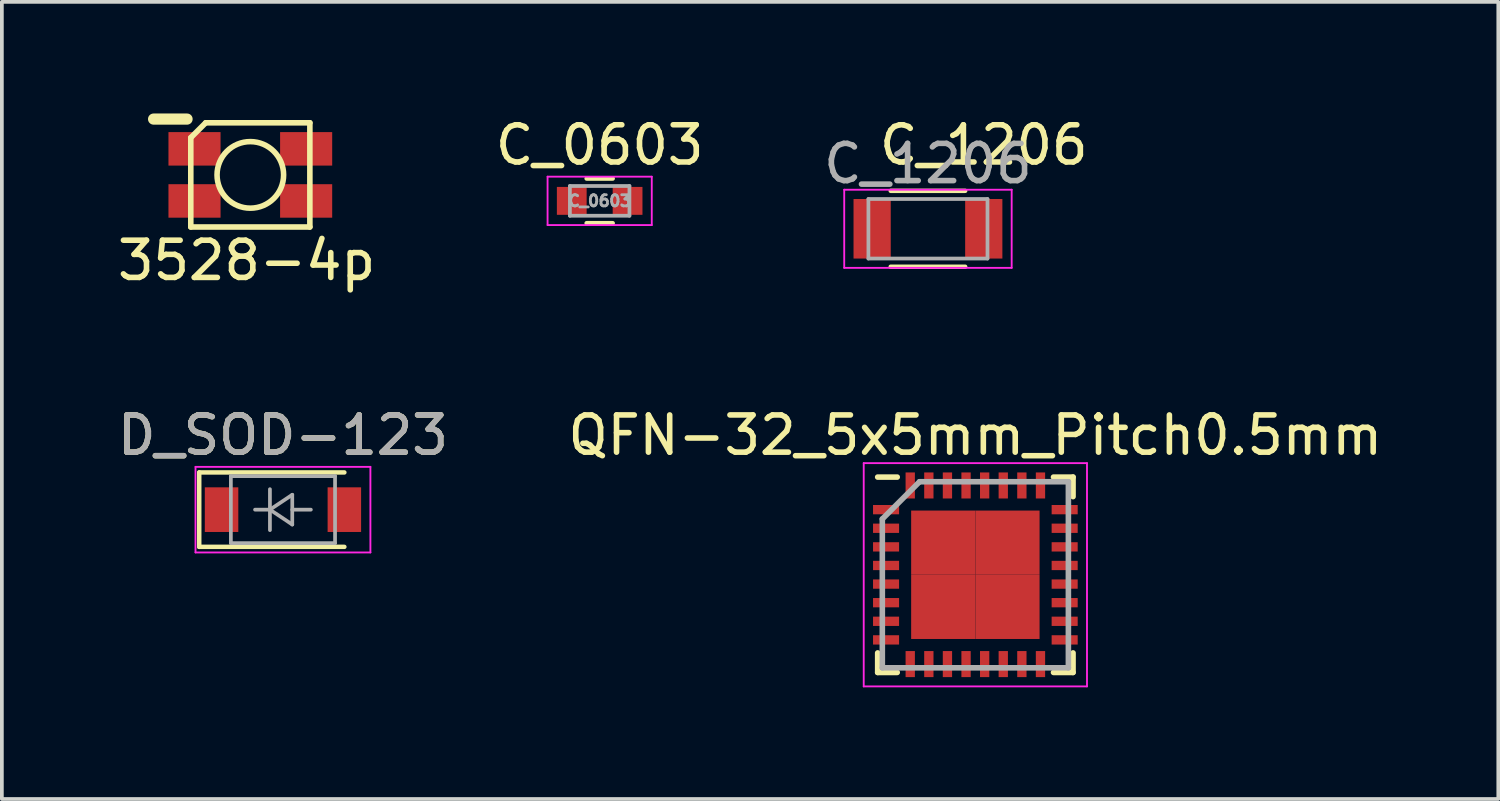
<source format=kicad_pcb>
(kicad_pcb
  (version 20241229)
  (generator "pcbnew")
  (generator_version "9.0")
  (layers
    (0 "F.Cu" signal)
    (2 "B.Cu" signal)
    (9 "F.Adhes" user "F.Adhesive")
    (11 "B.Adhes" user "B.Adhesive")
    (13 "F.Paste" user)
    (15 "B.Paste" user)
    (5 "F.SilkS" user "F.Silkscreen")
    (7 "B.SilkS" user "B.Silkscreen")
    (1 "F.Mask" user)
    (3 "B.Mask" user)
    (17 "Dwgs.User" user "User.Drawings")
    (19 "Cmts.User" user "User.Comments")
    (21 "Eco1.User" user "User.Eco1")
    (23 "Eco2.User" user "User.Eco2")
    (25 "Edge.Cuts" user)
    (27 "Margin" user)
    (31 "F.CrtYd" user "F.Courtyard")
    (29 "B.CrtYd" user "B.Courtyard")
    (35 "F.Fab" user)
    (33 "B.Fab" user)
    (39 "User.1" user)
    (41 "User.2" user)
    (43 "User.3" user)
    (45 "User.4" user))
  (footprint "3528-4p"
    (layer "F.Cu")
    (at 3.677 1.65)
    (property "Reference" "3528-4p" (at -0.1 2.3 0) (layer "F.SilkS") (effects (font (size 1 1) (thickness 0.15))))
    (attr smd)
    (fp_line (start -2.6 -1.5) (end -1.7 -1.5) (stroke (width 0.3) (type solid)) (layer "F.SilkS"))
    (fp_line (start -1.6 1.4) (end -1.6 -1) (stroke (width 0.15) (type solid)) (layer "F.SilkS"))
    (fp_line (start -1.2 -1.4) (end -1.6 -1) (stroke (width 0.15) (type solid)) (layer "F.SilkS"))
    (fp_line (start 1.6 -1.4) (end -1.2 -1.4) (stroke (width 0.15) (type solid)) (layer "F.SilkS"))
    (fp_line (start 1.6 -1.4) (end 1.6 1.4) (stroke (width 0.15) (type solid)) (layer "F.SilkS"))
    (fp_line (start 1.6 1.4) (end -1.6 1.4) (stroke (width 0.15) (type solid)) (layer "F.SilkS"))
    (fp_circle (center 0 0) (end 0.4 0.8) (stroke (width 0.15) (type solid)) (fill no) (layer "F.SilkS"))
    (pad "1" smd rect (at 1.5 -0.7) (size 1.4 0.9) (layers "F.Cu" "F.Mask" "F.Paste"))
    (pad "4" smd rect (at 1.5 0.7) (size 1.4 0.9) (layers "F.Cu" "F.Mask" "F.Paste"))
    (pad "5" smd rect (at -1.5 -0.7) (size 1.4 0.9) (layers "F.Cu" "F.Mask" "F.Paste"))
    (pad "6" smd rect (at -1.5 0.7) (size 1.4 0.9) (layers "F.Cu" "F.Mask" "F.Paste")))
  (footprint "C_1206"
    (layer "F.Cu")
    (at 21.887 3.098)
    (property "Reference" "C_1206" (at 1.5 -2.25 0) (layer "F.SilkS") (effects (font (size 1 1) (thickness 0.15))))
    (attr smd)
    (fp_line (start -1 1.02) (end 1 1.02) (stroke (width 0.12) (type solid)) (layer "F.SilkS"))
    (fp_line (start 1 -1.02) (end -1 -1.02) (stroke (width 0.12) (type solid)) (layer "F.SilkS"))
    (fp_line (start -2.25 -1.05) (end -2.25 1.05) (stroke (width 0.05) (type solid)) (layer "F.CrtYd"))
    (fp_line (start -2.25 -1.05) (end 2.25 -1.05) (stroke (width 0.05) (type solid)) (layer "F.CrtYd"))
    (fp_line (start 2.25 1.05) (end -2.25 1.05) (stroke (width 0.05) (type solid)) (layer "F.CrtYd"))
    (fp_line (start 2.25 1.05) (end 2.25 -1.05) (stroke (width 0.05) (type solid)) (layer "F.CrtYd"))
    (fp_line (start -1.6 -0.8) (end 1.6 -0.8) (stroke (width 0.1) (type solid)) (layer "F.Fab"))
    (fp_line (start -1.6 0.8) (end -1.6 -0.8) (stroke (width 0.1) (type solid)) (layer "F.Fab"))
    (fp_line (start 1.6 -0.8) (end 1.6 0.8) (stroke (width 0.1) (type solid)) (layer "F.Fab"))
    (fp_line (start 1.6 0.8) (end -1.6 0.8) (stroke (width 0.1) (type solid)) (layer "F.Fab"))
    (fp_text user "${REFERENCE}" (at 0 -1.75 0) (layer "F.Fab") (effects (font (size 1 1) (thickness 0.15))))
    (pad "1" smd rect (at -1.5 0) (size 1 1.6) (layers "F.Cu" "F.Mask" "F.Paste"))
    (pad "2" smd rect (at 1.5 0) (size 1 1.6) (layers "F.Cu" "F.Mask" "F.Paste")))
  (footprint "D_SOD-123"
    (layer "F.Cu")
    (at 4.554 10.646)
    (property "Reference" "D_SOD-123" (at 0 -2 0) (layer "F.SilkS") (effects (font (size 1 1) (thickness 0.15))))
    (attr smd)
    (fp_line (start -2.25 -1) (end -2.25 1) (stroke (width 0.12) (type solid)) (layer "F.SilkS"))
    (fp_line (start -2.25 -1) (end 1.65 -1) (stroke (width 0.12) (type solid)) (layer "F.SilkS"))
    (fp_line (start -2.25 1) (end 1.65 1) (stroke (width 0.12) (type solid)) (layer "F.SilkS"))
    (fp_line (start -2.35 -1.15) (end -2.35 1.15) (stroke (width 0.05) (type solid)) (layer "F.CrtYd"))
    (fp_line (start -2.35 -1.15) (end 2.35 -1.15) (stroke (width 0.05) (type solid)) (layer "F.CrtYd"))
    (fp_line (start 2.35 -1.15) (end 2.35 1.15) (stroke (width 0.05) (type solid)) (layer "F.CrtYd"))
    (fp_line (start 2.35 1.15) (end -2.35 1.15) (stroke (width 0.05) (type solid)) (layer "F.CrtYd"))
    (fp_line (start -1.4 -0.9) (end 1.4 -0.9) (stroke (width 0.1) (type solid)) (layer "F.Fab"))
    (fp_line (start -1.4 0.9) (end -1.4 -0.9) (stroke (width 0.1) (type solid)) (layer "F.Fab"))
    (fp_line (start -0.75 0) (end -0.35 0) (stroke (width 0.1) (type solid)) (layer "F.Fab"))
    (fp_line (start -0.35 0) (end -0.35 -0.55) (stroke (width 0.1) (type solid)) (layer "F.Fab"))
    (fp_line (start -0.35 0) (end -0.35 0.55) (stroke (width 0.1) (type solid)) (layer "F.Fab"))
    (fp_line (start -0.35 0) (end 0.25 -0.4) (stroke (width 0.1) (type solid)) (layer "F.Fab"))
    (fp_line (start 0.25 -0.4) (end 0.25 0.4) (stroke (width 0.1) (type solid)) (layer "F.Fab"))
    (fp_line (start 0.25 0) (end 0.75 0) (stroke (width 0.1) (type solid)) (layer "F.Fab"))
    (fp_line (start 0.25 0.4) (end -0.35 0) (stroke (width 0.1) (type solid)) (layer "F.Fab"))
    (fp_line (start 1.4 -0.9) (end 1.4 0.9) (stroke (width 0.1) (type solid)) (layer "F.Fab"))
    (fp_line (start 1.4 0.9) (end -1.4 0.9) (stroke (width 0.1) (type solid)) (layer "F.Fab"))
    (fp_text user "${REFERENCE}" (at 0 -2 0) (layer "F.Fab") (effects (font (size 1 1) (thickness 0.15))))
    (pad "1" smd rect (at -1.65 0) (size 0.9 1.2) (layers "F.Cu" "F.Mask" "F.Paste"))
    (pad "2" smd rect (at 1.65 0) (size 0.9 1.2) (layers "F.Cu" "F.Mask" "F.Paste")))
  (footprint "C_0603"
    (layer "F.Cu")
    (at 13.065 2.348)
    (property "Reference" "C_0603" (at 0 -1.5 0) (layer "F.SilkS") (effects (font (size 1 1) (thickness 0.15))))
    (attr smd)
    (fp_line (start -0.35 -0.6) (end 0.35 -0.6) (stroke (width 0.12) (type solid)) (layer "F.SilkS"))
    (fp_line (start 0.35 0.6) (end -0.35 0.6) (stroke (width 0.12) (type solid)) (layer "F.SilkS"))
    (fp_line (start -1.4 -0.65) (end -1.4 0.65) (stroke (width 0.05) (type solid)) (layer "F.CrtYd"))
    (fp_line (start -1.4 -0.65) (end 1.4 -0.65) (stroke (width 0.05) (type solid)) (layer "F.CrtYd"))
    (fp_line (start 1.4 0.65) (end -1.4 0.65) (stroke (width 0.05) (type solid)) (layer "F.CrtYd"))
    (fp_line (start 1.4 0.65) (end 1.4 -0.65) (stroke (width 0.05) (type solid)) (layer "F.CrtYd"))
    (fp_line (start -0.8 -0.4) (end 0.8 -0.4) (stroke (width 0.1) (type solid)) (layer "F.Fab"))
    (fp_line (start -0.8 0.4) (end -0.8 -0.4) (stroke (width 0.1) (type solid)) (layer "F.Fab"))
    (fp_line (start 0.8 -0.4) (end 0.8 0.4) (stroke (width 0.1) (type solid)) (layer "F.Fab"))
    (fp_line (start 0.8 0.4) (end -0.8 0.4) (stroke (width 0.1) (type solid)) (layer "F.Fab"))
    (fp_text user "${REFERENCE}" (at 0 0 0) (layer "F.Fab") (effects (font (size 0.3 0.3) (thickness 0.075))))
    (pad "1" smd rect (at -0.75 0) (size 0.8 0.75) (layers "F.Cu" "F.Mask" "F.Paste"))
    (pad "2" smd rect (at 0.75 0) (size 0.8 0.75) (layers "F.Cu" "F.Mask" "F.Paste")))
  (footprint "QFN-32_5x5mm_Pitch0.5mm"
    (layer "F.Cu")
    (at 23.161 12.396)
    (property "Reference" "QFN-32_5x5mm_Pitch0.5mm" (at 0 -3.75 0) (layer "F.SilkS") (effects (font (size 1 1) (thickness 0.15))))
    (attr smd)
    (fp_line (start -2.625 -2.625) (end -2.1 -2.625) (stroke (width 0.15) (type solid)) (layer "F.SilkS"))
    (fp_line (start -2.625 2.625) (end -2.625 2.1) (stroke (width 0.15) (type solid)) (layer "F.SilkS"))
    (fp_line (start -2.625 2.625) (end -2.1 2.625) (stroke (width 0.15) (type solid)) (layer "F.SilkS"))
    (fp_line (start 2.625 -2.625) (end 2.1 -2.625) (stroke (width 0.15) (type solid)) (layer "F.SilkS"))
    (fp_line (start 2.625 -2.625) (end 2.625 -2.1) (stroke (width 0.15) (type solid)) (layer "F.SilkS"))
    (fp_line (start 2.625 2.625) (end 2.1 2.625) (stroke (width 0.15) (type solid)) (layer "F.SilkS"))
    (fp_line (start 2.625 2.625) (end 2.625 2.1) (stroke (width 0.15) (type solid)) (layer "F.SilkS"))
    (fp_line (start -3 -3) (end -3 3) (stroke (width 0.05) (type solid)) (layer "F.CrtYd"))
    (fp_line (start -3 -3) (end 3 -3) (stroke (width 0.05) (type solid)) (layer "F.CrtYd"))
    (fp_line (start -3 3) (end 3 3) (stroke (width 0.05) (type solid)) (layer "F.CrtYd"))
    (fp_line (start 3 -3) (end 3 3) (stroke (width 0.05) (type solid)) (layer "F.CrtYd"))
    (fp_line (start -2.5 -1.5) (end -1.5 -2.5) (stroke (width 0.15) (type solid)) (layer "F.Fab"))
    (fp_line (start -2.5 2.5) (end -2.5 -1.5) (stroke (width 0.15) (type solid)) (layer "F.Fab"))
    (fp_line (start -1.5 -2.5) (end 2.5 -2.5) (stroke (width 0.15) (type solid)) (layer "F.Fab"))
    (fp_line (start 2.5 -2.5) (end 2.5 2.5) (stroke (width 0.15) (type solid)) (layer "F.Fab"))
    (fp_line (start 2.5 2.5) (end -2.5 2.5) (stroke (width 0.15) (type solid)) (layer "F.Fab"))
    (pad "1" smd rect (at -2.4 -1.75) (size 0.7 0.25) (layers "F.Cu" "F.Mask" "F.Paste"))
    (pad "2" smd rect (at -2.4 -1.25) (size 0.7 0.25) (layers "F.Cu" "F.Mask" "F.Paste"))
    (pad "3" smd rect (at -2.4 -0.75) (size 0.7 0.25) (layers "F.Cu" "F.Mask" "F.Paste"))
    (pad "4" smd rect (at -2.4 -0.25) (size 0.7 0.25) (layers "F.Cu" "F.Mask" "F.Paste"))
    (pad "5" smd rect (at -2.4 0.25) (size 0.7 0.25) (layers "F.Cu" "F.Mask" "F.Paste"))
    (pad "6" smd rect (at -2.4 0.75) (size 0.7 0.25) (layers "F.Cu" "F.Mask" "F.Paste"))
    (pad "7" smd rect (at -2.4 1.25) (size 0.7 0.25) (layers "F.Cu" "F.Mask" "F.Paste"))
    (pad "8" smd rect (at -2.4 1.75) (size 0.7 0.25) (layers "F.Cu" "F.Mask" "F.Paste"))
    (pad "9" smd rect (at -1.75 2.4 90) (size 0.7 0.25) (layers "F.Cu" "F.Mask" "F.Paste"))
    (pad "10" smd rect (at -1.25 2.4 90) (size 0.7 0.25) (layers "F.Cu" "F.Mask" "F.Paste"))
    (pad "11" smd rect (at -0.75 2.4 90) (size 0.7 0.25) (layers "F.Cu" "F.Mask" "F.Paste"))
    (pad "12" smd rect (at -0.25 2.4 90) (size 0.7 0.25) (layers "F.Cu" "F.Mask" "F.Paste"))
    (pad "13" smd rect (at 0.25 2.4 90) (size 0.7 0.25) (layers "F.Cu" "F.Mask" "F.Paste"))
    (pad "14" smd rect (at 0.75 2.4 90) (size 0.7 0.25) (layers "F.Cu" "F.Mask" "F.Paste"))
    (pad "15" smd rect (at 1.25 2.4 90) (size 0.7 0.25) (layers "F.Cu" "F.Mask" "F.Paste"))
    (pad "16" smd rect (at 1.75 2.4 90) (size 0.7 0.25) (layers "F.Cu" "F.Mask" "F.Paste"))
    (pad "17" smd rect (at 2.4 1.75) (size 0.7 0.25) (layers "F.Cu" "F.Mask" "F.Paste"))
    (pad "18" smd rect (at 2.4 1.25) (size 0.7 0.25) (layers "F.Cu" "F.Mask" "F.Paste"))
    (pad "19" smd rect (at 2.4 0.75) (size 0.7 0.25) (layers "F.Cu" "F.Mask" "F.Paste"))
    (pad "20" smd rect (at 2.4 0.25) (size 0.7 0.25) (layers "F.Cu" "F.Mask" "F.Paste"))
    (pad "21" smd rect (at 2.4 -0.25) (size 0.7 0.25) (layers "F.Cu" "F.Mask" "F.Paste"))
    (pad "22" smd rect (at 2.4 -0.75) (size 0.7 0.25) (layers "F.Cu" "F.Mask" "F.Paste"))
    (pad "23" smd rect (at 2.4 -1.25) (size 0.7 0.25) (layers "F.Cu" "F.Mask" "F.Paste"))
    (pad "24" smd rect (at 2.4 -1.75) (size 0.7 0.25) (layers "F.Cu" "F.Mask" "F.Paste"))
    (pad "25" smd rect (at 1.75 -2.4 90) (size 0.7 0.25) (layers "F.Cu" "F.Mask" "F.Paste"))
    (pad "26" smd rect (at 1.25 -2.4 90) (size 0.7 0.25) (layers "F.Cu" "F.Mask" "F.Paste"))
    (pad "27" smd rect (at 0.75 -2.4 90) (size 0.7 0.25) (layers "F.Cu" "F.Mask" "F.Paste"))
    (pad "28" smd rect (at 0.25 -2.4 90) (size 0.7 0.25) (layers "F.Cu" "F.Mask" "F.Paste"))
    (pad "29" smd rect (at -0.25 -2.4 90) (size 0.7 0.25) (layers "F.Cu" "F.Mask" "F.Paste"))
    (pad "30" smd rect (at -0.75 -2.4 90) (size 0.7 0.25) (layers "F.Cu" "F.Mask" "F.Paste"))
    (pad "31" smd rect (at -1.25 -2.4 90) (size 0.7 0.25) (layers "F.Cu" "F.Mask" "F.Paste"))
    (pad "32" smd rect (at -1.75 -2.4 90) (size 0.7 0.25) (layers "F.Cu" "F.Mask" "F.Paste"))
    (pad "33" smd rect (at -0.863 -0.863) (size 1.725 1.725) (layers "F.Cu" "F.Mask" "F.Paste"))
    (pad "33" smd rect (at -0.863 0.863) (size 1.725 1.725) (layers "F.Cu" "F.Mask" "F.Paste"))
    (pad "33" smd rect (at 0.863 -0.863) (size 1.725 1.725) (layers "F.Cu" "F.Mask" "F.Paste"))
    (pad "33" smd rect (at 0.863 0.863) (size 1.725 1.725) (layers "F.Cu" "F.Mask" "F.Paste")))
  (gr_rect
    (start -3 -3)
    (end 37.214 18.422)
    (stroke (width 0.1) (type default))
    (fill no)
    (layer "Edge.Cuts")))
</source>
